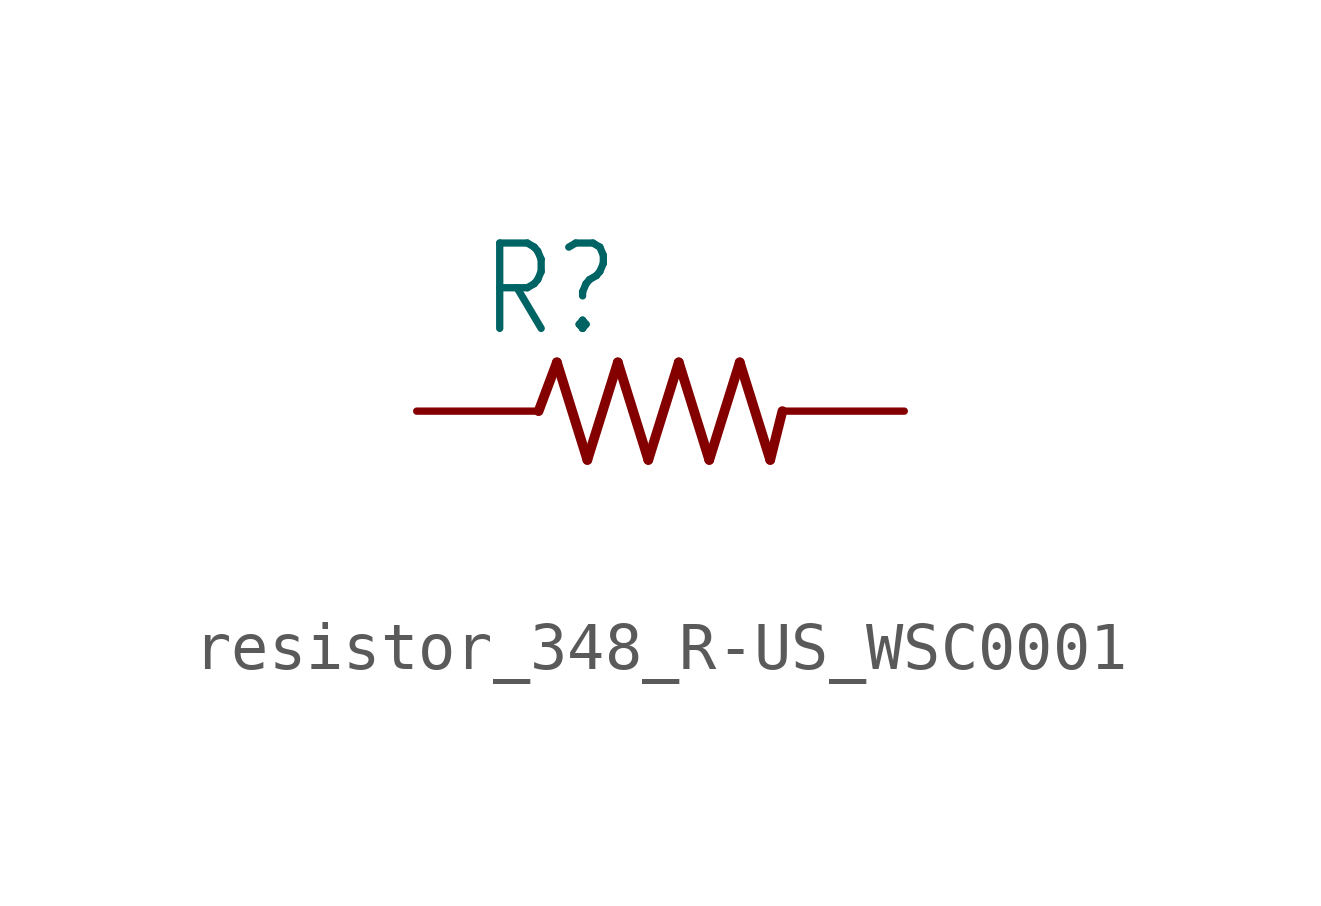
<source format=kicad_sym>
(kicad_symbol_lib
  (version 20241209)
  (generator "kicad_symbol_editor")
  (generator_version "9.0")
  (symbol "resistor_348_R-US_WSC0001"
    (property "Reference" "R"
      (at -3.81 1.499 0)
      (effects (font (size 1.778 1.511)) (justify left bottom)))
    (property "Value" ""
      (at -3.81 -3.302 0)
      (effects (font (size 1.778 1.511)) (justify left bottom)))
    (property "ki_locked" ""
      (at 0 0 0)
      (effects (font (size 1.27 1.27))))
    (symbol "resistor_348_R-US_WSC0001_1_0"
      (polyline (pts (xy -2.54 0) (xy -2.159 1.016)) (stroke (width 0.203) (type solid)) (fill (type none)))
      (polyline (pts (xy -2.159 1.016) (xy -1.524 -1.016)) (stroke (width 0.203) (type solid)) (fill (type none)))
      (polyline (pts (xy -1.524 -1.016) (xy -0.889 1.016)) (stroke (width 0.203) (type solid)) (fill (type none)))
      (polyline (pts (xy -0.889 1.016) (xy -0.254 -1.016)) (stroke (width 0.203) (type solid)) (fill (type none)))
      (polyline (pts (xy -0.254 -1.016) (xy 0.381 1.016)) (stroke (width 0.203) (type solid)) (fill (type none)))
      (polyline (pts (xy 0.381 1.016) (xy 1.016 -1.016)) (stroke (width 0.203) (type solid)) (fill (type none)))
      (polyline (pts (xy 1.016 -1.016) (xy 1.651 1.016)) (stroke (width 0.203) (type solid)) (fill (type none)))
      (polyline (pts (xy 1.651 1.016) (xy 2.286 -1.016)) (stroke (width 0.203) (type solid)) (fill (type none)))
      (polyline (pts (xy 2.286 -1.016) (xy 2.54 0)) (stroke (width 0.203) (type solid)) (fill (type none)))
      (pin passive line (at -5.08 0 0) (length 2.54) (name "1" (effects (font (size 0 0)))) (number "1" (effects (font (size 0 0)))))
      (pin passive line (at 5.08 0 180) (length 2.54) (name "2" (effects (font (size 0 0)))) (number "2" (effects (font (size 0 0))))))))
</source>
